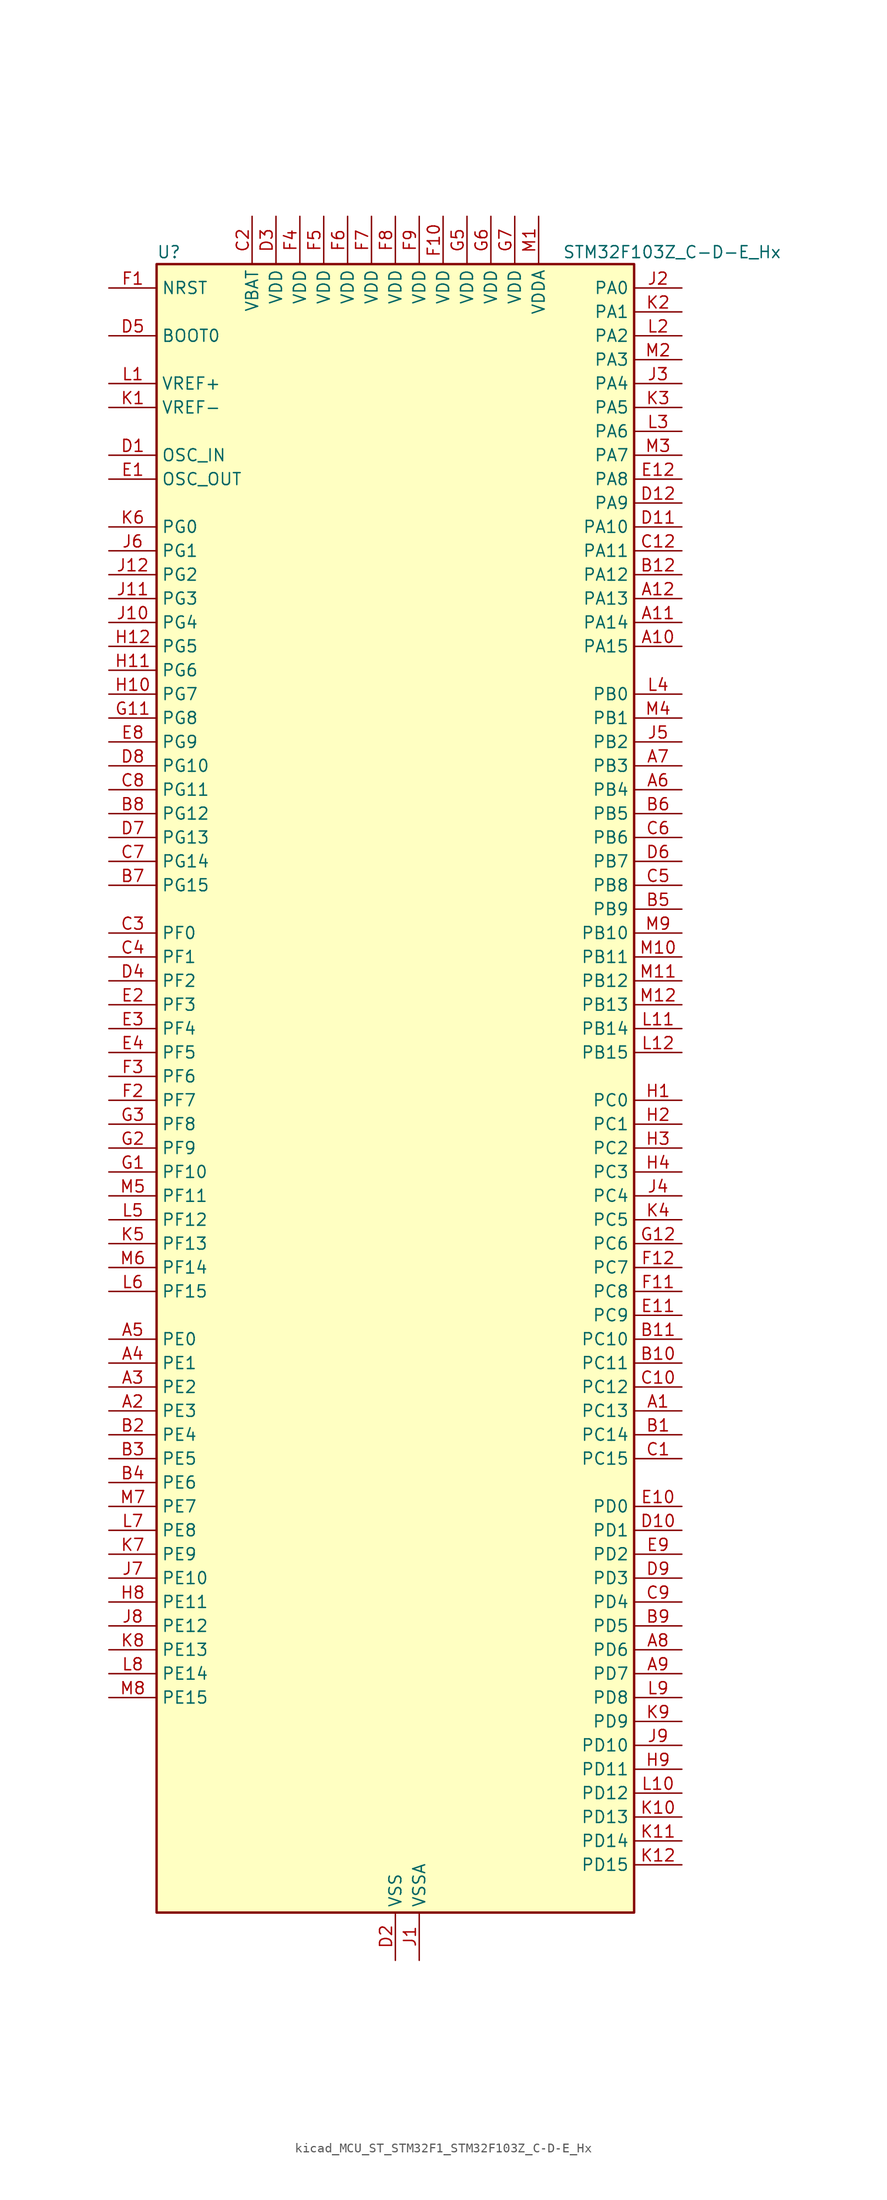
<source format=kicad_sym>
(kicad_symbol_lib
  (version 20220914)
  (generator kicad_symbol_editor)
  (symbol "kicad_MCU_ST_STM32F1_STM32F103Z_C-D-E_Hx"
    (property "Reference" "U"
      (at -25.4 90.17 0)
      (effects (font (size 1.27 1.27)) (justify left)))
    (property "Value" "STM32F103Z_C-D-E_Hx"
      (at 17.78 90.17 0)
      (effects (font (size 1.27 1.27)) (justify left)))
    (property "ki_locked" ""
      (at 0 0 0)
      (effects (font (size 1.27 1.27))))
    (symbol "kicad_MCU_ST_STM32F1_STM32F103Z_C-D-E_Hx_0_1"
      (rectangle (start -25.4 -86.36) (end 25.4 88.9) (stroke (width 0.254) (type default)) (fill (type background))))
    (symbol "kicad_MCU_ST_STM32F1_STM32F103Z_C-D-E_Hx_1_1"
      (pin bidirectional line (at 30.48 -33.02 180) (length 5.08) (name "PC13" (effects (font (size 1.27 1.27)))) (number "A1" (effects (font (size 1.27 1.27)))) (alternate "RTC_OUT" bidirectional line) (alternate "RTC_TAMPER" bidirectional line))
      (pin bidirectional line (at 30.48 48.26 180) (length 5.08) (name "PA15" (effects (font (size 1.27 1.27)))) (number "A10" (effects (font (size 1.27 1.27)))) (alternate "ADC1_EXTI15" bidirectional line) (alternate "ADC2_EXTI15" bidirectional line) (alternate "I2S3_WS" bidirectional line) (alternate "SPI1_NSS" bidirectional line) (alternate "SPI3_NSS" bidirectional line) (alternate "SYS_JTDI" bidirectional line) (alternate "TIM2_CH1" bidirectional line) (alternate "TIM2_ETR" bidirectional line))
      (pin bidirectional line (at 30.48 50.8 180) (length 5.08) (name "PA14" (effects (font (size 1.27 1.27)))) (number "A11" (effects (font (size 1.27 1.27)))) (alternate "SYS_JTCK-SWCLK" bidirectional line))
      (pin bidirectional line (at 30.48 53.34 180) (length 5.08) (name "PA13" (effects (font (size 1.27 1.27)))) (number "A12" (effects (font (size 1.27 1.27)))) (alternate "SYS_JTMS-SWDIO" bidirectional line))
      (pin bidirectional line (at -30.48 -33.02 0) (length 5.08) (name "PE3" (effects (font (size 1.27 1.27)))) (number "A2" (effects (font (size 1.27 1.27)))) (alternate "FSMC_A19" bidirectional line) (alternate "SYS_TRACED0" bidirectional line))
      (pin bidirectional line (at -30.48 -30.48 0) (length 5.08) (name "PE2" (effects (font (size 1.27 1.27)))) (number "A3" (effects (font (size 1.27 1.27)))) (alternate "FSMC_A23" bidirectional line) (alternate "SYS_TRACECLK" bidirectional line))
      (pin bidirectional line (at -30.48 -27.94 0) (length 5.08) (name "PE1" (effects (font (size 1.27 1.27)))) (number "A4" (effects (font (size 1.27 1.27)))) (alternate "FSMC_NBL1" bidirectional line))
      (pin bidirectional line (at -30.48 -25.4 0) (length 5.08) (name "PE0" (effects (font (size 1.27 1.27)))) (number "A5" (effects (font (size 1.27 1.27)))) (alternate "FSMC_NBL0" bidirectional line) (alternate "TIM4_ETR" bidirectional line))
      (pin bidirectional line (at 30.48 33.02 180) (length 5.08) (name "PB4" (effects (font (size 1.27 1.27)))) (number "A6" (effects (font (size 1.27 1.27)))) (alternate "SPI1_MISO" bidirectional line) (alternate "SPI3_MISO" bidirectional line) (alternate "SYS_NJTRST" bidirectional line) (alternate "TIM3_CH1" bidirectional line))
      (pin bidirectional line (at 30.48 35.56 180) (length 5.08) (name "PB3" (effects (font (size 1.27 1.27)))) (number "A7" (effects (font (size 1.27 1.27)))) (alternate "I2S3_CK" bidirectional line) (alternate "SPI1_SCK" bidirectional line) (alternate "SPI3_SCK" bidirectional line) (alternate "SYS_JTDO-TRACESWO" bidirectional line) (alternate "TIM2_CH2" bidirectional line))
      (pin bidirectional line (at 30.48 -58.42 180) (length 5.08) (name "PD6" (effects (font (size 1.27 1.27)))) (number "A8" (effects (font (size 1.27 1.27)))) (alternate "FSMC_NWAIT" bidirectional line) (alternate "USART2_RX" bidirectional line))
      (pin bidirectional line (at 30.48 -60.96 180) (length 5.08) (name "PD7" (effects (font (size 1.27 1.27)))) (number "A9" (effects (font (size 1.27 1.27)))) (alternate "FSMC_NCE2" bidirectional line) (alternate "FSMC_NE1" bidirectional line) (alternate "USART2_CK" bidirectional line))
      (pin bidirectional line (at 30.48 -35.56 180) (length 5.08) (name "PC14" (effects (font (size 1.27 1.27)))) (number "B1" (effects (font (size 1.27 1.27)))) (alternate "RCC_OSC32_IN" bidirectional line))
      (pin bidirectional line (at 30.48 -27.94 180) (length 5.08) (name "PC11" (effects (font (size 1.27 1.27)))) (number "B10" (effects (font (size 1.27 1.27)))) (alternate "ADC1_EXTI11" bidirectional line) (alternate "ADC2_EXTI11" bidirectional line) (alternate "SDIO_D3" bidirectional line) (alternate "UART4_RX" bidirectional line) (alternate "USART3_RX" bidirectional line))
      (pin bidirectional line (at 30.48 -25.4 180) (length 5.08) (name "PC10" (effects (font (size 1.27 1.27)))) (number "B11" (effects (font (size 1.27 1.27)))) (alternate "SDIO_D2" bidirectional line) (alternate "UART4_TX" bidirectional line) (alternate "USART3_TX" bidirectional line))
      (pin bidirectional line (at 30.48 55.88 180) (length 5.08) (name "PA12" (effects (font (size 1.27 1.27)))) (number "B12" (effects (font (size 1.27 1.27)))) (alternate "CAN_TX" bidirectional line) (alternate "TIM1_ETR" bidirectional line) (alternate "USART1_RTS" bidirectional line) (alternate "USB_DP" bidirectional line))
      (pin bidirectional line (at -30.48 -35.56 0) (length 5.08) (name "PE4" (effects (font (size 1.27 1.27)))) (number "B2" (effects (font (size 1.27 1.27)))) (alternate "FSMC_A20" bidirectional line) (alternate "SYS_TRACED1" bidirectional line))
      (pin bidirectional line (at -30.48 -38.1 0) (length 5.08) (name "PE5" (effects (font (size 1.27 1.27)))) (number "B3" (effects (font (size 1.27 1.27)))) (alternate "FSMC_A21" bidirectional line) (alternate "SYS_TRACED2" bidirectional line))
      (pin bidirectional line (at -30.48 -40.64 0) (length 5.08) (name "PE6" (effects (font (size 1.27 1.27)))) (number "B4" (effects (font (size 1.27 1.27)))) (alternate "FSMC_A22" bidirectional line) (alternate "SYS_TRACED3" bidirectional line))
      (pin bidirectional line (at 30.48 20.32 180) (length 5.08) (name "PB9" (effects (font (size 1.27 1.27)))) (number "B5" (effects (font (size 1.27 1.27)))) (alternate "CAN_TX" bidirectional line) (alternate "DAC_EXTI9" bidirectional line) (alternate "I2C1_SDA" bidirectional line) (alternate "SDIO_D5" bidirectional line) (alternate "TIM4_CH4" bidirectional line))
      (pin bidirectional line (at 30.48 30.48 180) (length 5.08) (name "PB5" (effects (font (size 1.27 1.27)))) (number "B6" (effects (font (size 1.27 1.27)))) (alternate "I2C1_SMBA" bidirectional line) (alternate "I2S3_SD" bidirectional line) (alternate "SPI1_MOSI" bidirectional line) (alternate "SPI3_MOSI" bidirectional line) (alternate "TIM3_CH2" bidirectional line))
      (pin bidirectional line (at -30.48 22.86 0) (length 5.08) (name "PG15" (effects (font (size 1.27 1.27)))) (number "B7" (effects (font (size 1.27 1.27)))) (alternate "ADC1_EXTI15" bidirectional line) (alternate "ADC2_EXTI15" bidirectional line))
      (pin bidirectional line (at -30.48 30.48 0) (length 5.08) (name "PG12" (effects (font (size 1.27 1.27)))) (number "B8" (effects (font (size 1.27 1.27)))) (alternate "FSMC_NE4" bidirectional line))
      (pin bidirectional line (at 30.48 -55.88 180) (length 5.08) (name "PD5" (effects (font (size 1.27 1.27)))) (number "B9" (effects (font (size 1.27 1.27)))) (alternate "FSMC_NWE" bidirectional line) (alternate "USART2_TX" bidirectional line))
      (pin bidirectional line (at 30.48 -38.1 180) (length 5.08) (name "PC15" (effects (font (size 1.27 1.27)))) (number "C1" (effects (font (size 1.27 1.27)))) (alternate "ADC1_EXTI15" bidirectional line) (alternate "ADC2_EXTI15" bidirectional line) (alternate "RCC_OSC32_OUT" bidirectional line))
      (pin bidirectional line (at 30.48 -30.48 180) (length 5.08) (name "PC12" (effects (font (size 1.27 1.27)))) (number "C10" (effects (font (size 1.27 1.27)))) (alternate "SDIO_CK" bidirectional line) (alternate "UART5_TX" bidirectional line) (alternate "USART3_CK" bidirectional line))
      (pin no_connect line (at -25.4 -86.36 0) (length 5.08) hide (name "NC" (effects (font (size 1.27 1.27)))) (number "C11" (effects (font (size 1.27 1.27)))))
      (pin bidirectional line (at 30.48 58.42 180) (length 5.08) (name "PA11" (effects (font (size 1.27 1.27)))) (number "C12" (effects (font (size 1.27 1.27)))) (alternate "ADC1_EXTI11" bidirectional line) (alternate "ADC2_EXTI11" bidirectional line) (alternate "CAN_RX" bidirectional line) (alternate "TIM1_CH4" bidirectional line) (alternate "USART1_CTS" bidirectional line) (alternate "USB_DM" bidirectional line))
      (pin power_in line (at -15.24 93.98 270) (length 5.08) (name "VBAT" (effects (font (size 1.27 1.27)))) (number "C2" (effects (font (size 1.27 1.27)))))
      (pin bidirectional line (at -30.48 17.78 0) (length 5.08) (name "PF0" (effects (font (size 1.27 1.27)))) (number "C3" (effects (font (size 1.27 1.27)))) (alternate "FSMC_A0" bidirectional line))
      (pin bidirectional line (at -30.48 15.24 0) (length 5.08) (name "PF1" (effects (font (size 1.27 1.27)))) (number "C4" (effects (font (size 1.27 1.27)))) (alternate "FSMC_A1" bidirectional line))
      (pin bidirectional line (at 30.48 22.86 180) (length 5.08) (name "PB8" (effects (font (size 1.27 1.27)))) (number "C5" (effects (font (size 1.27 1.27)))) (alternate "CAN_RX" bidirectional line) (alternate "I2C1_SCL" bidirectional line) (alternate "SDIO_D4" bidirectional line) (alternate "TIM4_CH3" bidirectional line))
      (pin bidirectional line (at 30.48 27.94 180) (length 5.08) (name "PB6" (effects (font (size 1.27 1.27)))) (number "C6" (effects (font (size 1.27 1.27)))) (alternate "I2C1_SCL" bidirectional line) (alternate "TIM4_CH1" bidirectional line) (alternate "USART1_TX" bidirectional line))
      (pin bidirectional line (at -30.48 25.4 0) (length 5.08) (name "PG14" (effects (font (size 1.27 1.27)))) (number "C7" (effects (font (size 1.27 1.27)))) (alternate "FSMC_A25" bidirectional line))
      (pin bidirectional line (at -30.48 33.02 0) (length 5.08) (name "PG11" (effects (font (size 1.27 1.27)))) (number "C8" (effects (font (size 1.27 1.27)))) (alternate "ADC1_EXTI11" bidirectional line) (alternate "ADC2_EXTI11" bidirectional line) (alternate "FSMC_NCE4_2" bidirectional line))
      (pin bidirectional line (at 30.48 -53.34 180) (length 5.08) (name "PD4" (effects (font (size 1.27 1.27)))) (number "C9" (effects (font (size 1.27 1.27)))) (alternate "FSMC_NOE" bidirectional line) (alternate "USART2_RTS" bidirectional line))
      (pin input line (at -30.48 68.58 0) (length 5.08) (name "OSC_IN" (effects (font (size 1.27 1.27)))) (number "D1" (effects (font (size 1.27 1.27)))) (alternate "RCC_OSC_IN" bidirectional line))
      (pin bidirectional line (at 30.48 -45.72 180) (length 5.08) (name "PD1" (effects (font (size 1.27 1.27)))) (number "D10" (effects (font (size 1.27 1.27)))) (alternate "CAN_TX" bidirectional line) (alternate "FSMC_D3" bidirectional line) (alternate "FSMC_DA3" bidirectional line))
      (pin bidirectional line (at 30.48 60.96 180) (length 5.08) (name "PA10" (effects (font (size 1.27 1.27)))) (number "D11" (effects (font (size 1.27 1.27)))) (alternate "TIM1_CH3" bidirectional line) (alternate "USART1_RX" bidirectional line))
      (pin bidirectional line (at 30.48 63.5 180) (length 5.08) (name "PA9" (effects (font (size 1.27 1.27)))) (number "D12" (effects (font (size 1.27 1.27)))) (alternate "DAC_EXTI9" bidirectional line) (alternate "TIM1_CH2" bidirectional line) (alternate "USART1_TX" bidirectional line))
      (pin power_in line (at 0 -91.44 90) (length 5.08) (name "VSS" (effects (font (size 1.27 1.27)))) (number "D2" (effects (font (size 1.27 1.27)))))
      (pin power_in line (at -12.7 93.98 270) (length 5.08) (name "VDD" (effects (font (size 1.27 1.27)))) (number "D3" (effects (font (size 1.27 1.27)))))
      (pin bidirectional line (at -30.48 12.7 0) (length 5.08) (name "PF2" (effects (font (size 1.27 1.27)))) (number "D4" (effects (font (size 1.27 1.27)))) (alternate "FSMC_A2" bidirectional line))
      (pin input line (at -30.48 81.28 0) (length 5.08) (name "BOOT0" (effects (font (size 1.27 1.27)))) (number "D5" (effects (font (size 1.27 1.27)))))
      (pin bidirectional line (at 30.48 25.4 180) (length 5.08) (name "PB7" (effects (font (size 1.27 1.27)))) (number "D6" (effects (font (size 1.27 1.27)))) (alternate "FSMC_NL" bidirectional line) (alternate "I2C1_SDA" bidirectional line) (alternate "TIM4_CH2" bidirectional line) (alternate "USART1_RX" bidirectional line))
      (pin bidirectional line (at -30.48 27.94 0) (length 5.08) (name "PG13" (effects (font (size 1.27 1.27)))) (number "D7" (effects (font (size 1.27 1.27)))) (alternate "FSMC_A24" bidirectional line))
      (pin bidirectional line (at -30.48 35.56 0) (length 5.08) (name "PG10" (effects (font (size 1.27 1.27)))) (number "D8" (effects (font (size 1.27 1.27)))) (alternate "FSMC_NCE4_1" bidirectional line) (alternate "FSMC_NE3" bidirectional line))
      (pin bidirectional line (at 30.48 -50.8 180) (length 5.08) (name "PD3" (effects (font (size 1.27 1.27)))) (number "D9" (effects (font (size 1.27 1.27)))) (alternate "FSMC_CLK" bidirectional line) (alternate "USART2_CTS" bidirectional line))
      (pin input line (at -30.48 66.04 0) (length 5.08) (name "OSC_OUT" (effects (font (size 1.27 1.27)))) (number "E1" (effects (font (size 1.27 1.27)))) (alternate "RCC_OSC_OUT" bidirectional line))
      (pin bidirectional line (at 30.48 -43.18 180) (length 5.08) (name "PD0" (effects (font (size 1.27 1.27)))) (number "E10" (effects (font (size 1.27 1.27)))) (alternate "CAN_RX" bidirectional line) (alternate "FSMC_D2" bidirectional line) (alternate "FSMC_DA2" bidirectional line))
      (pin bidirectional line (at 30.48 -22.86 180) (length 5.08) (name "PC9" (effects (font (size 1.27 1.27)))) (number "E11" (effects (font (size 1.27 1.27)))) (alternate "DAC_EXTI9" bidirectional line) (alternate "SDIO_D1" bidirectional line) (alternate "TIM3_CH4" bidirectional line) (alternate "TIM8_CH4" bidirectional line))
      (pin bidirectional line (at 30.48 66.04 180) (length 5.08) (name "PA8" (effects (font (size 1.27 1.27)))) (number "E12" (effects (font (size 1.27 1.27)))) (alternate "RCC_MCO" bidirectional line) (alternate "TIM1_CH1" bidirectional line) (alternate "USART1_CK" bidirectional line))
      (pin bidirectional line (at -30.48 10.16 0) (length 5.08) (name "PF3" (effects (font (size 1.27 1.27)))) (number "E2" (effects (font (size 1.27 1.27)))) (alternate "FSMC_A3" bidirectional line))
      (pin bidirectional line (at -30.48 7.62 0) (length 5.08) (name "PF4" (effects (font (size 1.27 1.27)))) (number "E3" (effects (font (size 1.27 1.27)))) (alternate "FSMC_A4" bidirectional line))
      (pin bidirectional line (at -30.48 5.08 0) (length 5.08) (name "PF5" (effects (font (size 1.27 1.27)))) (number "E4" (effects (font (size 1.27 1.27)))) (alternate "FSMC_A5" bidirectional line))
      (pin passive line (at 0 -91.44 90) (length 5.08) hide (name "VSS" (effects (font (size 1.27 1.27)))) (number "E5" (effects (font (size 1.27 1.27)))))
      (pin passive line (at 0 -91.44 90) (length 5.08) hide (name "VSS" (effects (font (size 1.27 1.27)))) (number "E6" (effects (font (size 1.27 1.27)))))
      (pin passive line (at 0 -91.44 90) (length 5.08) hide (name "VSS" (effects (font (size 1.27 1.27)))) (number "E7" (effects (font (size 1.27 1.27)))))
      (pin bidirectional line (at -30.48 38.1 0) (length 5.08) (name "PG9" (effects (font (size 1.27 1.27)))) (number "E8" (effects (font (size 1.27 1.27)))) (alternate "DAC_EXTI9" bidirectional line) (alternate "FSMC_NCE3" bidirectional line) (alternate "FSMC_NE2" bidirectional line))
      (pin bidirectional line (at 30.48 -48.26 180) (length 5.08) (name "PD2" (effects (font (size 1.27 1.27)))) (number "E9" (effects (font (size 1.27 1.27)))) (alternate "SDIO_CMD" bidirectional line) (alternate "TIM3_ETR" bidirectional line) (alternate "UART5_RX" bidirectional line))
      (pin input line (at -30.48 86.36 0) (length 5.08) (name "NRST" (effects (font (size 1.27 1.27)))) (number "F1" (effects (font (size 1.27 1.27)))))
      (pin power_in line (at 5.08 93.98 270) (length 5.08) (name "VDD" (effects (font (size 1.27 1.27)))) (number "F10" (effects (font (size 1.27 1.27)))))
      (pin bidirectional line (at 30.48 -20.32 180) (length 5.08) (name "PC8" (effects (font (size 1.27 1.27)))) (number "F11" (effects (font (size 1.27 1.27)))) (alternate "SDIO_D0" bidirectional line) (alternate "TIM3_CH3" bidirectional line) (alternate "TIM8_CH3" bidirectional line))
      (pin bidirectional line (at 30.48 -17.78 180) (length 5.08) (name "PC7" (effects (font (size 1.27 1.27)))) (number "F12" (effects (font (size 1.27 1.27)))) (alternate "I2S3_MCK" bidirectional line) (alternate "SDIO_D7" bidirectional line) (alternate "TIM3_CH2" bidirectional line) (alternate "TIM8_CH2" bidirectional line))
      (pin bidirectional line (at -30.48 0 0) (length 5.08) (name "PF7" (effects (font (size 1.27 1.27)))) (number "F2" (effects (font (size 1.27 1.27)))) (alternate "ADC3_IN5" bidirectional line) (alternate "FSMC_NREG" bidirectional line))
      (pin bidirectional line (at -30.48 2.54 0) (length 5.08) (name "PF6" (effects (font (size 1.27 1.27)))) (number "F3" (effects (font (size 1.27 1.27)))) (alternate "ADC3_IN4" bidirectional line) (alternate "FSMC_NIORD" bidirectional line))
      (pin power_in line (at -10.16 93.98 270) (length 5.08) (name "VDD" (effects (font (size 1.27 1.27)))) (number "F4" (effects (font (size 1.27 1.27)))))
      (pin power_in line (at -7.62 93.98 270) (length 5.08) (name "VDD" (effects (font (size 1.27 1.27)))) (number "F5" (effects (font (size 1.27 1.27)))))
      (pin power_in line (at -5.08 93.98 270) (length 5.08) (name "VDD" (effects (font (size 1.27 1.27)))) (number "F6" (effects (font (size 1.27 1.27)))))
      (pin power_in line (at -2.54 93.98 270) (length 5.08) (name "VDD" (effects (font (size 1.27 1.27)))) (number "F7" (effects (font (size 1.27 1.27)))))
      (pin power_in line (at 0 93.98 270) (length 5.08) (name "VDD" (effects (font (size 1.27 1.27)))) (number "F8" (effects (font (size 1.27 1.27)))))
      (pin power_in line (at 2.54 93.98 270) (length 5.08) (name "VDD" (effects (font (size 1.27 1.27)))) (number "F9" (effects (font (size 1.27 1.27)))))
      (pin bidirectional line (at -30.48 -7.62 0) (length 5.08) (name "PF10" (effects (font (size 1.27 1.27)))) (number "G1" (effects (font (size 1.27 1.27)))) (alternate "ADC3_IN8" bidirectional line) (alternate "FSMC_INTR" bidirectional line))
      (pin passive line (at 0 -91.44 90) (length 5.08) hide (name "VSS" (effects (font (size 1.27 1.27)))) (number "G10" (effects (font (size 1.27 1.27)))))
      (pin bidirectional line (at -30.48 40.64 0) (length 5.08) (name "PG8" (effects (font (size 1.27 1.27)))) (number "G11" (effects (font (size 1.27 1.27)))))
      (pin bidirectional line (at 30.48 -15.24 180) (length 5.08) (name "PC6" (effects (font (size 1.27 1.27)))) (number "G12" (effects (font (size 1.27 1.27)))) (alternate "I2S2_MCK" bidirectional line) (alternate "SDIO_D6" bidirectional line) (alternate "TIM3_CH1" bidirectional line) (alternate "TIM8_CH1" bidirectional line))
      (pin bidirectional line (at -30.48 -5.08 0) (length 5.08) (name "PF9" (effects (font (size 1.27 1.27)))) (number "G2" (effects (font (size 1.27 1.27)))) (alternate "ADC3_IN7" bidirectional line) (alternate "DAC_EXTI9" bidirectional line) (alternate "FSMC_CD" bidirectional line))
      (pin bidirectional line (at -30.48 -2.54 0) (length 5.08) (name "PF8" (effects (font (size 1.27 1.27)))) (number "G3" (effects (font (size 1.27 1.27)))) (alternate "ADC3_IN6" bidirectional line) (alternate "FSMC_NIOWR" bidirectional line))
      (pin passive line (at 0 -91.44 90) (length 5.08) hide (name "VSS" (effects (font (size 1.27 1.27)))) (number "G4" (effects (font (size 1.27 1.27)))))
      (pin power_in line (at 7.62 93.98 270) (length 5.08) (name "VDD" (effects (font (size 1.27 1.27)))) (number "G5" (effects (font (size 1.27 1.27)))))
      (pin power_in line (at 10.16 93.98 270) (length 5.08) (name "VDD" (effects (font (size 1.27 1.27)))) (number "G6" (effects (font (size 1.27 1.27)))))
      (pin power_in line (at 12.7 93.98 270) (length 5.08) (name "VDD" (effects (font (size 1.27 1.27)))) (number "G7" (effects (font (size 1.27 1.27)))))
      (pin passive line (at 0 -91.44 90) (length 5.08) hide (name "VSS" (effects (font (size 1.27 1.27)))) (number "G8" (effects (font (size 1.27 1.27)))))
      (pin passive line (at 0 -91.44 90) (length 5.08) hide (name "VSS" (effects (font (size 1.27 1.27)))) (number "G9" (effects (font (size 1.27 1.27)))))
      (pin bidirectional line (at 30.48 0 180) (length 5.08) (name "PC0" (effects (font (size 1.27 1.27)))) (number "H1" (effects (font (size 1.27 1.27)))) (alternate "ADC1_IN10" bidirectional line) (alternate "ADC2_IN10" bidirectional line) (alternate "ADC3_IN10" bidirectional line))
      (pin bidirectional line (at -30.48 43.18 0) (length 5.08) (name "PG7" (effects (font (size 1.27 1.27)))) (number "H10" (effects (font (size 1.27 1.27)))) (alternate "FSMC_INT3" bidirectional line))
      (pin bidirectional line (at -30.48 45.72 0) (length 5.08) (name "PG6" (effects (font (size 1.27 1.27)))) (number "H11" (effects (font (size 1.27 1.27)))) (alternate "FSMC_INT2" bidirectional line))
      (pin bidirectional line (at -30.48 48.26 0) (length 5.08) (name "PG5" (effects (font (size 1.27 1.27)))) (number "H12" (effects (font (size 1.27 1.27)))) (alternate "FSMC_A15" bidirectional line))
      (pin bidirectional line (at 30.48 -2.54 180) (length 5.08) (name "PC1" (effects (font (size 1.27 1.27)))) (number "H2" (effects (font (size 1.27 1.27)))) (alternate "ADC1_IN11" bidirectional line) (alternate "ADC2_IN11" bidirectional line) (alternate "ADC3_IN11" bidirectional line))
      (pin bidirectional line (at 30.48 -5.08 180) (length 5.08) (name "PC2" (effects (font (size 1.27 1.27)))) (number "H3" (effects (font (size 1.27 1.27)))) (alternate "ADC1_IN12" bidirectional line) (alternate "ADC2_IN12" bidirectional line) (alternate "ADC3_IN12" bidirectional line))
      (pin bidirectional line (at 30.48 -7.62 180) (length 5.08) (name "PC3" (effects (font (size 1.27 1.27)))) (number "H4" (effects (font (size 1.27 1.27)))) (alternate "ADC1_IN13" bidirectional line) (alternate "ADC2_IN13" bidirectional line) (alternate "ADC3_IN13" bidirectional line))
      (pin passive line (at 0 -91.44 90) (length 5.08) hide (name "VSS" (effects (font (size 1.27 1.27)))) (number "H5" (effects (font (size 1.27 1.27)))))
      (pin passive line (at 0 -91.44 90) (length 5.08) hide (name "VSS" (effects (font (size 1.27 1.27)))) (number "H6" (effects (font (size 1.27 1.27)))))
      (pin passive line (at 0 -91.44 90) (length 5.08) hide (name "VSS" (effects (font (size 1.27 1.27)))) (number "H7" (effects (font (size 1.27 1.27)))))
      (pin bidirectional line (at -30.48 -53.34 0) (length 5.08) (name "PE11" (effects (font (size 1.27 1.27)))) (number "H8" (effects (font (size 1.27 1.27)))) (alternate "ADC1_EXTI11" bidirectional line) (alternate "ADC2_EXTI11" bidirectional line) (alternate "FSMC_D8" bidirectional line) (alternate "FSMC_DA8" bidirectional line) (alternate "TIM1_CH2" bidirectional line))
      (pin bidirectional line (at 30.48 -71.12 180) (length 5.08) (name "PD11" (effects (font (size 1.27 1.27)))) (number "H9" (effects (font (size 1.27 1.27)))) (alternate "ADC1_EXTI11" bidirectional line) (alternate "ADC2_EXTI11" bidirectional line) (alternate "FSMC_A16" bidirectional line) (alternate "FSMC_CLE" bidirectional line) (alternate "USART3_CTS" bidirectional line))
      (pin power_in line (at 2.54 -91.44 90) (length 5.08) (name "VSSA" (effects (font (size 1.27 1.27)))) (number "J1" (effects (font (size 1.27 1.27)))))
      (pin bidirectional line (at -30.48 50.8 0) (length 5.08) (name "PG4" (effects (font (size 1.27 1.27)))) (number "J10" (effects (font (size 1.27 1.27)))) (alternate "FSMC_A14" bidirectional line))
      (pin bidirectional line (at -30.48 53.34 0) (length 5.08) (name "PG3" (effects (font (size 1.27 1.27)))) (number "J11" (effects (font (size 1.27 1.27)))) (alternate "FSMC_A13" bidirectional line))
      (pin bidirectional line (at -30.48 55.88 0) (length 5.08) (name "PG2" (effects (font (size 1.27 1.27)))) (number "J12" (effects (font (size 1.27 1.27)))) (alternate "FSMC_A12" bidirectional line))
      (pin bidirectional line (at 30.48 86.36 180) (length 5.08) (name "PA0" (effects (font (size 1.27 1.27)))) (number "J2" (effects (font (size 1.27 1.27)))) (alternate "ADC1_IN0" bidirectional line) (alternate "ADC2_IN0" bidirectional line) (alternate "ADC3_IN0" bidirectional line) (alternate "SYS_WKUP" bidirectional line) (alternate "TIM2_CH1" bidirectional line) (alternate "TIM2_ETR" bidirectional line) (alternate "TIM5_CH1" bidirectional line) (alternate "TIM8_ETR" bidirectional line) (alternate "USART2_CTS" bidirectional line))
      (pin bidirectional line (at 30.48 76.2 180) (length 5.08) (name "PA4" (effects (font (size 1.27 1.27)))) (number "J3" (effects (font (size 1.27 1.27)))) (alternate "ADC1_IN4" bidirectional line) (alternate "ADC2_IN4" bidirectional line) (alternate "DAC_OUT1" bidirectional line) (alternate "SPI1_NSS" bidirectional line) (alternate "USART2_CK" bidirectional line))
      (pin bidirectional line (at 30.48 -10.16 180) (length 5.08) (name "PC4" (effects (font (size 1.27 1.27)))) (number "J4" (effects (font (size 1.27 1.27)))) (alternate "ADC1_IN14" bidirectional line) (alternate "ADC2_IN14" bidirectional line))
      (pin bidirectional line (at 30.48 38.1 180) (length 5.08) (name "PB2" (effects (font (size 1.27 1.27)))) (number "J5" (effects (font (size 1.27 1.27)))))
      (pin bidirectional line (at -30.48 58.42 0) (length 5.08) (name "PG1" (effects (font (size 1.27 1.27)))) (number "J6" (effects (font (size 1.27 1.27)))) (alternate "FSMC_A11" bidirectional line))
      (pin bidirectional line (at -30.48 -50.8 0) (length 5.08) (name "PE10" (effects (font (size 1.27 1.27)))) (number "J7" (effects (font (size 1.27 1.27)))) (alternate "FSMC_D7" bidirectional line) (alternate "FSMC_DA7" bidirectional line) (alternate "TIM1_CH2N" bidirectional line))
      (pin bidirectional line (at -30.48 -55.88 0) (length 5.08) (name "PE12" (effects (font (size 1.27 1.27)))) (number "J8" (effects (font (size 1.27 1.27)))) (alternate "FSMC_D9" bidirectional line) (alternate "FSMC_DA9" bidirectional line) (alternate "TIM1_CH3N" bidirectional line))
      (pin bidirectional line (at 30.48 -68.58 180) (length 5.08) (name "PD10" (effects (font (size 1.27 1.27)))) (number "J9" (effects (font (size 1.27 1.27)))) (alternate "FSMC_D15" bidirectional line) (alternate "FSMC_DA15" bidirectional line) (alternate "USART3_CK" bidirectional line))
      (pin input line (at -30.48 73.66 0) (length 5.08) (name "VREF-" (effects (font (size 1.27 1.27)))) (number "K1" (effects (font (size 1.27 1.27)))))
      (pin bidirectional line (at 30.48 -76.2 180) (length 5.08) (name "PD13" (effects (font (size 1.27 1.27)))) (number "K10" (effects (font (size 1.27 1.27)))) (alternate "FSMC_A18" bidirectional line) (alternate "TIM4_CH2" bidirectional line))
      (pin bidirectional line (at 30.48 -78.74 180) (length 5.08) (name "PD14" (effects (font (size 1.27 1.27)))) (number "K11" (effects (font (size 1.27 1.27)))) (alternate "FSMC_D0" bidirectional line) (alternate "FSMC_DA0" bidirectional line) (alternate "TIM4_CH3" bidirectional line))
      (pin bidirectional line (at 30.48 -81.28 180) (length 5.08) (name "PD15" (effects (font (size 1.27 1.27)))) (number "K12" (effects (font (size 1.27 1.27)))) (alternate "ADC1_EXTI15" bidirectional line) (alternate "ADC2_EXTI15" bidirectional line) (alternate "FSMC_D1" bidirectional line) (alternate "FSMC_DA1" bidirectional line) (alternate "TIM4_CH4" bidirectional line))
      (pin bidirectional line (at 30.48 83.82 180) (length 5.08) (name "PA1" (effects (font (size 1.27 1.27)))) (number "K2" (effects (font (size 1.27 1.27)))) (alternate "ADC1_IN1" bidirectional line) (alternate "ADC2_IN1" bidirectional line) (alternate "ADC3_IN1" bidirectional line) (alternate "TIM2_CH2" bidirectional line) (alternate "TIM5_CH2" bidirectional line) (alternate "USART2_RTS" bidirectional line))
      (pin bidirectional line (at 30.48 73.66 180) (length 5.08) (name "PA5" (effects (font (size 1.27 1.27)))) (number "K3" (effects (font (size 1.27 1.27)))) (alternate "ADC1_IN5" bidirectional line) (alternate "ADC2_IN5" bidirectional line) (alternate "DAC_OUT2" bidirectional line) (alternate "SPI1_SCK" bidirectional line))
      (pin bidirectional line (at 30.48 -12.7 180) (length 5.08) (name "PC5" (effects (font (size 1.27 1.27)))) (number "K4" (effects (font (size 1.27 1.27)))) (alternate "ADC1_IN15" bidirectional line) (alternate "ADC2_IN15" bidirectional line))
      (pin bidirectional line (at -30.48 -15.24 0) (length 5.08) (name "PF13" (effects (font (size 1.27 1.27)))) (number "K5" (effects (font (size 1.27 1.27)))) (alternate "FSMC_A7" bidirectional line))
      (pin bidirectional line (at -30.48 60.96 0) (length 5.08) (name "PG0" (effects (font (size 1.27 1.27)))) (number "K6" (effects (font (size 1.27 1.27)))) (alternate "FSMC_A10" bidirectional line))
      (pin bidirectional line (at -30.48 -48.26 0) (length 5.08) (name "PE9" (effects (font (size 1.27 1.27)))) (number "K7" (effects (font (size 1.27 1.27)))) (alternate "DAC_EXTI9" bidirectional line) (alternate "FSMC_D6" bidirectional line) (alternate "FSMC_DA6" bidirectional line) (alternate "TIM1_CH1" bidirectional line))
      (pin bidirectional line (at -30.48 -58.42 0) (length 5.08) (name "PE13" (effects (font (size 1.27 1.27)))) (number "K8" (effects (font (size 1.27 1.27)))) (alternate "FSMC_D10" bidirectional line) (alternate "FSMC_DA10" bidirectional line) (alternate "TIM1_CH3" bidirectional line))
      (pin bidirectional line (at 30.48 -66.04 180) (length 5.08) (name "PD9" (effects (font (size 1.27 1.27)))) (number "K9" (effects (font (size 1.27 1.27)))) (alternate "DAC_EXTI9" bidirectional line) (alternate "FSMC_D14" bidirectional line) (alternate "FSMC_DA14" bidirectional line) (alternate "USART3_RX" bidirectional line))
      (pin input line (at -30.48 76.2 0) (length 5.08) (name "VREF+" (effects (font (size 1.27 1.27)))) (number "L1" (effects (font (size 1.27 1.27)))))
      (pin bidirectional line (at 30.48 -73.66 180) (length 5.08) (name "PD12" (effects (font (size 1.27 1.27)))) (number "L10" (effects (font (size 1.27 1.27)))) (alternate "FSMC_A17" bidirectional line) (alternate "FSMC_ALE" bidirectional line) (alternate "TIM4_CH1" bidirectional line) (alternate "USART3_RTS" bidirectional line))
      (pin bidirectional line (at 30.48 7.62 180) (length 5.08) (name "PB14" (effects (font (size 1.27 1.27)))) (number "L11" (effects (font (size 1.27 1.27)))) (alternate "SPI2_MISO" bidirectional line) (alternate "TIM1_CH2N" bidirectional line) (alternate "USART3_RTS" bidirectional line))
      (pin bidirectional line (at 30.48 5.08 180) (length 5.08) (name "PB15" (effects (font (size 1.27 1.27)))) (number "L12" (effects (font (size 1.27 1.27)))) (alternate "ADC1_EXTI15" bidirectional line) (alternate "ADC2_EXTI15" bidirectional line) (alternate "I2S2_SD" bidirectional line) (alternate "SPI2_MOSI" bidirectional line) (alternate "TIM1_CH3N" bidirectional line))
      (pin bidirectional line (at 30.48 81.28 180) (length 5.08) (name "PA2" (effects (font (size 1.27 1.27)))) (number "L2" (effects (font (size 1.27 1.27)))) (alternate "ADC1_IN2" bidirectional line) (alternate "ADC2_IN2" bidirectional line) (alternate "ADC3_IN2" bidirectional line) (alternate "TIM2_CH3" bidirectional line) (alternate "TIM5_CH3" bidirectional line) (alternate "USART2_TX" bidirectional line))
      (pin bidirectional line (at 30.48 71.12 180) (length 5.08) (name "PA6" (effects (font (size 1.27 1.27)))) (number "L3" (effects (font (size 1.27 1.27)))) (alternate "ADC1_IN6" bidirectional line) (alternate "ADC2_IN6" bidirectional line) (alternate "SPI1_MISO" bidirectional line) (alternate "TIM1_BKIN" bidirectional line) (alternate "TIM3_CH1" bidirectional line) (alternate "TIM8_BKIN" bidirectional line))
      (pin bidirectional line (at 30.48 43.18 180) (length 5.08) (name "PB0" (effects (font (size 1.27 1.27)))) (number "L4" (effects (font (size 1.27 1.27)))) (alternate "ADC1_IN8" bidirectional line) (alternate "ADC2_IN8" bidirectional line) (alternate "TIM1_CH2N" bidirectional line) (alternate "TIM3_CH3" bidirectional line) (alternate "TIM8_CH2N" bidirectional line))
      (pin bidirectional line (at -30.48 -12.7 0) (length 5.08) (name "PF12" (effects (font (size 1.27 1.27)))) (number "L5" (effects (font (size 1.27 1.27)))) (alternate "FSMC_A6" bidirectional line))
      (pin bidirectional line (at -30.48 -20.32 0) (length 5.08) (name "PF15" (effects (font (size 1.27 1.27)))) (number "L6" (effects (font (size 1.27 1.27)))) (alternate "ADC1_EXTI15" bidirectional line) (alternate "ADC2_EXTI15" bidirectional line) (alternate "FSMC_A9" bidirectional line))
      (pin bidirectional line (at -30.48 -45.72 0) (length 5.08) (name "PE8" (effects (font (size 1.27 1.27)))) (number "L7" (effects (font (size 1.27 1.27)))) (alternate "FSMC_D5" bidirectional line) (alternate "FSMC_DA5" bidirectional line) (alternate "TIM1_CH1N" bidirectional line))
      (pin bidirectional line (at -30.48 -60.96 0) (length 5.08) (name "PE14" (effects (font (size 1.27 1.27)))) (number "L8" (effects (font (size 1.27 1.27)))) (alternate "FSMC_D11" bidirectional line) (alternate "FSMC_DA11" bidirectional line) (alternate "TIM1_CH4" bidirectional line))
      (pin bidirectional line (at 30.48 -63.5 180) (length 5.08) (name "PD8" (effects (font (size 1.27 1.27)))) (number "L9" (effects (font (size 1.27 1.27)))) (alternate "FSMC_D13" bidirectional line) (alternate "FSMC_DA13" bidirectional line) (alternate "USART3_TX" bidirectional line))
      (pin power_in line (at 15.24 93.98 270) (length 5.08) (name "VDDA" (effects (font (size 1.27 1.27)))) (number "M1" (effects (font (size 1.27 1.27)))))
      (pin bidirectional line (at 30.48 15.24 180) (length 5.08) (name "PB11" (effects (font (size 1.27 1.27)))) (number "M10" (effects (font (size 1.27 1.27)))) (alternate "ADC1_EXTI11" bidirectional line) (alternate "ADC2_EXTI11" bidirectional line) (alternate "I2C2_SDA" bidirectional line) (alternate "TIM2_CH4" bidirectional line) (alternate "USART3_RX" bidirectional line))
      (pin bidirectional line (at 30.48 12.7 180) (length 5.08) (name "PB12" (effects (font (size 1.27 1.27)))) (number "M11" (effects (font (size 1.27 1.27)))) (alternate "I2C2_SMBA" bidirectional line) (alternate "I2S2_WS" bidirectional line) (alternate "SPI2_NSS" bidirectional line) (alternate "TIM1_BKIN" bidirectional line) (alternate "USART3_CK" bidirectional line))
      (pin bidirectional line (at 30.48 10.16 180) (length 5.08) (name "PB13" (effects (font (size 1.27 1.27)))) (number "M12" (effects (font (size 1.27 1.27)))) (alternate "I2S2_CK" bidirectional line) (alternate "SPI2_SCK" bidirectional line) (alternate "TIM1_CH1N" bidirectional line) (alternate "USART3_CTS" bidirectional line))
      (pin bidirectional line (at 30.48 78.74 180) (length 5.08) (name "PA3" (effects (font (size 1.27 1.27)))) (number "M2" (effects (font (size 1.27 1.27)))) (alternate "ADC1_IN3" bidirectional line) (alternate "ADC2_IN3" bidirectional line) (alternate "ADC3_IN3" bidirectional line) (alternate "TIM2_CH4" bidirectional line) (alternate "TIM5_CH4" bidirectional line) (alternate "USART2_RX" bidirectional line))
      (pin bidirectional line (at 30.48 68.58 180) (length 5.08) (name "PA7" (effects (font (size 1.27 1.27)))) (number "M3" (effects (font (size 1.27 1.27)))) (alternate "ADC1_IN7" bidirectional line) (alternate "ADC2_IN7" bidirectional line) (alternate "SPI1_MOSI" bidirectional line) (alternate "TIM1_CH1N" bidirectional line) (alternate "TIM3_CH2" bidirectional line) (alternate "TIM8_CH1N" bidirectional line))
      (pin bidirectional line (at 30.48 40.64 180) (length 5.08) (name "PB1" (effects (font (size 1.27 1.27)))) (number "M4" (effects (font (size 1.27 1.27)))) (alternate "ADC1_IN9" bidirectional line) (alternate "ADC2_IN9" bidirectional line) (alternate "TIM1_CH3N" bidirectional line) (alternate "TIM3_CH4" bidirectional line) (alternate "TIM8_CH3N" bidirectional line))
      (pin bidirectional line (at -30.48 -10.16 0) (length 5.08) (name "PF11" (effects (font (size 1.27 1.27)))) (number "M5" (effects (font (size 1.27 1.27)))) (alternate "ADC1_EXTI11" bidirectional line) (alternate "ADC2_EXTI11" bidirectional line) (alternate "FSMC_NIOS16" bidirectional line))
      (pin bidirectional line (at -30.48 -17.78 0) (length 5.08) (name "PF14" (effects (font (size 1.27 1.27)))) (number "M6" (effects (font (size 1.27 1.27)))) (alternate "FSMC_A8" bidirectional line))
      (pin bidirectional line (at -30.48 -43.18 0) (length 5.08) (name "PE7" (effects (font (size 1.27 1.27)))) (number "M7" (effects (font (size 1.27 1.27)))) (alternate "FSMC_D4" bidirectional line) (alternate "FSMC_DA4" bidirectional line) (alternate "TIM1_ETR" bidirectional line))
      (pin bidirectional line (at -30.48 -63.5 0) (length 5.08) (name "PE15" (effects (font (size 1.27 1.27)))) (number "M8" (effects (font (size 1.27 1.27)))) (alternate "ADC1_EXTI15" bidirectional line) (alternate "ADC2_EXTI15" bidirectional line) (alternate "FSMC_D12" bidirectional line) (alternate "FSMC_DA12" bidirectional line) (alternate "TIM1_BKIN" bidirectional line))
      (pin bidirectional line (at 30.48 17.78 180) (length 5.08) (name "PB10" (effects (font (size 1.27 1.27)))) (number "M9" (effects (font (size 1.27 1.27)))) (alternate "I2C2_SCL" bidirectional line) (alternate "TIM2_CH3" bidirectional line) (alternate "USART3_TX" bidirectional line)))))
</source>
